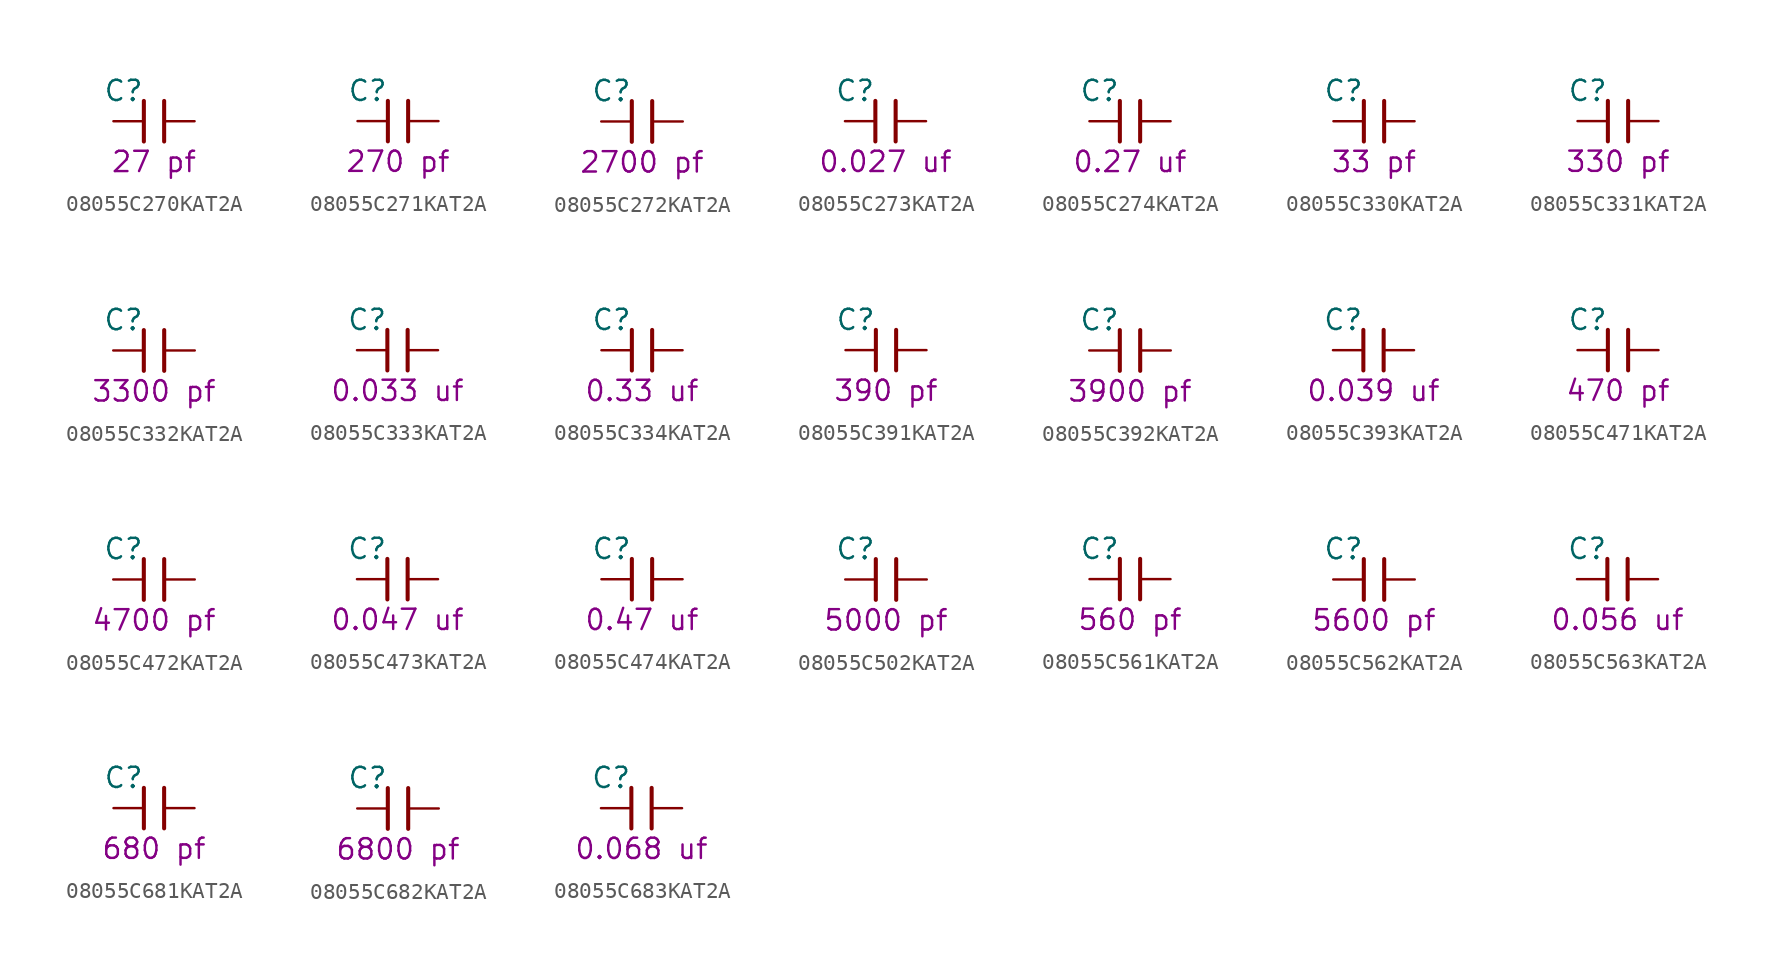
<source format=kicad_sym>
(kicad_symbol_lib
  (version 20211014)
  (generator KiCadLib_py)
  (symbol "08055C270KAT2A"
    (pin_numbers hide)
    (pin_names hide)
    (property "Reference" "C"
      (at -1.905 1.905 0)
      (effects (font (size 1.27 1.27))))
    (property "Val" "27 pf"
      (at 0 -2.54 0)
      (effects (font (size 1.27 1.27))))
    (symbol "08055C270KAT2A_0_1"
      (polyline (pts (xy -0.635 -1.27) (xy -0.635 1.27)) (stroke (width 0.254) (type default) (color 0 0 0 0)) (fill (type none)))
      (polyline (pts (xy 0.635 1.27) (xy 0.635 -1.27)) (stroke (width 0.254) (type default) (color 0 0 0 0)) (fill (type none))))
    (symbol "08055C270KAT2A_1_1"
      (pin passive line (at -2.54 0 0) (length 1.905) (name "~" (effects (font (size 1.27 1.27)))) (number "1" (effects (font (size 1.27 1.27)))))
      (pin passive line (at 2.54 0 180) (length 1.905) (name "~" (effects (font (size 1.27 1.27)))) (number "2" (effects (font (size 1.27 1.27)))))))
  (symbol "08055C271KAT2A"
    (pin_numbers hide)
    (pin_names hide)
    (property "Reference" "C"
      (at -1.905 1.905 0)
      (effects (font (size 1.27 1.27))))
    (property "Val" "270 pf"
      (at 0 -2.54 0)
      (effects (font (size 1.27 1.27))))
    (symbol "08055C271KAT2A_0_1"
      (polyline (pts (xy -0.635 -1.27) (xy -0.635 1.27)) (stroke (width 0.254) (type default) (color 0 0 0 0)) (fill (type none)))
      (polyline (pts (xy 0.635 1.27) (xy 0.635 -1.27)) (stroke (width 0.254) (type default) (color 0 0 0 0)) (fill (type none))))
    (symbol "08055C271KAT2A_1_1"
      (pin passive line (at -2.54 0 0) (length 1.905) (name "~" (effects (font (size 1.27 1.27)))) (number "1" (effects (font (size 1.27 1.27)))))
      (pin passive line (at 2.54 0 180) (length 1.905) (name "~" (effects (font (size 1.27 1.27)))) (number "2" (effects (font (size 1.27 1.27)))))))
  (symbol "08055C272KAT2A"
    (pin_numbers hide)
    (pin_names hide)
    (property "Reference" "C"
      (at -1.905 1.905 0)
      (effects (font (size 1.27 1.27))))
    (property "Val" "2700 pf"
      (at 0 -2.54 0)
      (effects (font (size 1.27 1.27))))
    (symbol "08055C272KAT2A_0_1"
      (polyline (pts (xy -0.635 -1.27) (xy -0.635 1.27)) (stroke (width 0.254) (type default) (color 0 0 0 0)) (fill (type none)))
      (polyline (pts (xy 0.635 1.27) (xy 0.635 -1.27)) (stroke (width 0.254) (type default) (color 0 0 0 0)) (fill (type none))))
    (symbol "08055C272KAT2A_1_1"
      (pin passive line (at -2.54 0 0) (length 1.905) (name "~" (effects (font (size 1.27 1.27)))) (number "1" (effects (font (size 1.27 1.27)))))
      (pin passive line (at 2.54 0 180) (length 1.905) (name "~" (effects (font (size 1.27 1.27)))) (number "2" (effects (font (size 1.27 1.27)))))))
  (symbol "08055C273KAT2A"
    (pin_numbers hide)
    (pin_names hide)
    (property "Reference" "C"
      (at -1.905 1.905 0)
      (effects (font (size 1.27 1.27))))
    (property "Val" "0.027 uf"
      (at 0 -2.54 0)
      (effects (font (size 1.27 1.27))))
    (symbol "08055C273KAT2A_0_1"
      (polyline (pts (xy -0.635 -1.27) (xy -0.635 1.27)) (stroke (width 0.254) (type default) (color 0 0 0 0)) (fill (type none)))
      (polyline (pts (xy 0.635 1.27) (xy 0.635 -1.27)) (stroke (width 0.254) (type default) (color 0 0 0 0)) (fill (type none))))
    (symbol "08055C273KAT2A_1_1"
      (pin passive line (at -2.54 0 0) (length 1.905) (name "~" (effects (font (size 1.27 1.27)))) (number "1" (effects (font (size 1.27 1.27)))))
      (pin passive line (at 2.54 0 180) (length 1.905) (name "~" (effects (font (size 1.27 1.27)))) (number "2" (effects (font (size 1.27 1.27)))))))
  (symbol "08055C274KAT2A"
    (pin_numbers hide)
    (pin_names hide)
    (property "Reference" "C"
      (at -1.905 1.905 0)
      (effects (font (size 1.27 1.27))))
    (property "Val" "0.27 uf"
      (at 0 -2.54 0)
      (effects (font (size 1.27 1.27))))
    (symbol "08055C274KAT2A_0_1"
      (polyline (pts (xy -0.635 -1.27) (xy -0.635 1.27)) (stroke (width 0.254) (type default) (color 0 0 0 0)) (fill (type none)))
      (polyline (pts (xy 0.635 1.27) (xy 0.635 -1.27)) (stroke (width 0.254) (type default) (color 0 0 0 0)) (fill (type none))))
    (symbol "08055C274KAT2A_1_1"
      (pin passive line (at -2.54 0 0) (length 1.905) (name "~" (effects (font (size 1.27 1.27)))) (number "1" (effects (font (size 1.27 1.27)))))
      (pin passive line (at 2.54 0 180) (length 1.905) (name "~" (effects (font (size 1.27 1.27)))) (number "2" (effects (font (size 1.27 1.27)))))))
  (symbol "08055C330KAT2A"
    (pin_numbers hide)
    (pin_names hide)
    (property "Reference" "C"
      (at -1.905 1.905 0)
      (effects (font (size 1.27 1.27))))
    (property "Val" "33 pf"
      (at 0 -2.54 0)
      (effects (font (size 1.27 1.27))))
    (symbol "08055C330KAT2A_0_1"
      (polyline (pts (xy -0.635 -1.27) (xy -0.635 1.27)) (stroke (width 0.254) (type default) (color 0 0 0 0)) (fill (type none)))
      (polyline (pts (xy 0.635 1.27) (xy 0.635 -1.27)) (stroke (width 0.254) (type default) (color 0 0 0 0)) (fill (type none))))
    (symbol "08055C330KAT2A_1_1"
      (pin passive line (at -2.54 0 0) (length 1.905) (name "~" (effects (font (size 1.27 1.27)))) (number "1" (effects (font (size 1.27 1.27)))))
      (pin passive line (at 2.54 0 180) (length 1.905) (name "~" (effects (font (size 1.27 1.27)))) (number "2" (effects (font (size 1.27 1.27)))))))
  (symbol "08055C331KAT2A"
    (pin_numbers hide)
    (pin_names hide)
    (property "Reference" "C"
      (at -1.905 1.905 0)
      (effects (font (size 1.27 1.27))))
    (property "Val" "330 pf"
      (at 0 -2.54 0)
      (effects (font (size 1.27 1.27))))
    (symbol "08055C331KAT2A_0_1"
      (polyline (pts (xy -0.635 -1.27) (xy -0.635 1.27)) (stroke (width 0.254) (type default) (color 0 0 0 0)) (fill (type none)))
      (polyline (pts (xy 0.635 1.27) (xy 0.635 -1.27)) (stroke (width 0.254) (type default) (color 0 0 0 0)) (fill (type none))))
    (symbol "08055C331KAT2A_1_1"
      (pin passive line (at -2.54 0 0) (length 1.905) (name "~" (effects (font (size 1.27 1.27)))) (number "1" (effects (font (size 1.27 1.27)))))
      (pin passive line (at 2.54 0 180) (length 1.905) (name "~" (effects (font (size 1.27 1.27)))) (number "2" (effects (font (size 1.27 1.27)))))))
  (symbol "08055C332KAT2A"
    (pin_numbers hide)
    (pin_names hide)
    (property "Reference" "C"
      (at -1.905 1.905 0)
      (effects (font (size 1.27 1.27))))
    (property "Val" "3300 pf"
      (at 0 -2.54 0)
      (effects (font (size 1.27 1.27))))
    (symbol "08055C332KAT2A_0_1"
      (polyline (pts (xy -0.635 -1.27) (xy -0.635 1.27)) (stroke (width 0.254) (type default) (color 0 0 0 0)) (fill (type none)))
      (polyline (pts (xy 0.635 1.27) (xy 0.635 -1.27)) (stroke (width 0.254) (type default) (color 0 0 0 0)) (fill (type none))))
    (symbol "08055C332KAT2A_1_1"
      (pin passive line (at -2.54 0 0) (length 1.905) (name "~" (effects (font (size 1.27 1.27)))) (number "1" (effects (font (size 1.27 1.27)))))
      (pin passive line (at 2.54 0 180) (length 1.905) (name "~" (effects (font (size 1.27 1.27)))) (number "2" (effects (font (size 1.27 1.27)))))))
  (symbol "08055C333KAT2A"
    (pin_numbers hide)
    (pin_names hide)
    (property "Reference" "C"
      (at -1.905 1.905 0)
      (effects (font (size 1.27 1.27))))
    (property "Val" "0.033 uf"
      (at 0 -2.54 0)
      (effects (font (size 1.27 1.27))))
    (symbol "08055C333KAT2A_0_1"
      (polyline (pts (xy -0.635 -1.27) (xy -0.635 1.27)) (stroke (width 0.254) (type default) (color 0 0 0 0)) (fill (type none)))
      (polyline (pts (xy 0.635 1.27) (xy 0.635 -1.27)) (stroke (width 0.254) (type default) (color 0 0 0 0)) (fill (type none))))
    (symbol "08055C333KAT2A_1_1"
      (pin passive line (at -2.54 0 0) (length 1.905) (name "~" (effects (font (size 1.27 1.27)))) (number "1" (effects (font (size 1.27 1.27)))))
      (pin passive line (at 2.54 0 180) (length 1.905) (name "~" (effects (font (size 1.27 1.27)))) (number "2" (effects (font (size 1.27 1.27)))))))
  (symbol "08055C334KAT2A"
    (pin_numbers hide)
    (pin_names hide)
    (property "Reference" "C"
      (at -1.905 1.905 0)
      (effects (font (size 1.27 1.27))))
    (property "Val" "0.33 uf"
      (at 0 -2.54 0)
      (effects (font (size 1.27 1.27))))
    (symbol "08055C334KAT2A_0_1"
      (polyline (pts (xy -0.635 -1.27) (xy -0.635 1.27)) (stroke (width 0.254) (type default) (color 0 0 0 0)) (fill (type none)))
      (polyline (pts (xy 0.635 1.27) (xy 0.635 -1.27)) (stroke (width 0.254) (type default) (color 0 0 0 0)) (fill (type none))))
    (symbol "08055C334KAT2A_1_1"
      (pin passive line (at -2.54 0 0) (length 1.905) (name "~" (effects (font (size 1.27 1.27)))) (number "1" (effects (font (size 1.27 1.27)))))
      (pin passive line (at 2.54 0 180) (length 1.905) (name "~" (effects (font (size 1.27 1.27)))) (number "2" (effects (font (size 1.27 1.27)))))))
  (symbol "08055C391KAT2A"
    (pin_numbers hide)
    (pin_names hide)
    (property "Reference" "C"
      (at -1.905 1.905 0)
      (effects (font (size 1.27 1.27))))
    (property "Val" "390 pf"
      (at 0 -2.54 0)
      (effects (font (size 1.27 1.27))))
    (symbol "08055C391KAT2A_0_1"
      (polyline (pts (xy -0.635 -1.27) (xy -0.635 1.27)) (stroke (width 0.254) (type default) (color 0 0 0 0)) (fill (type none)))
      (polyline (pts (xy 0.635 1.27) (xy 0.635 -1.27)) (stroke (width 0.254) (type default) (color 0 0 0 0)) (fill (type none))))
    (symbol "08055C391KAT2A_1_1"
      (pin passive line (at -2.54 0 0) (length 1.905) (name "~" (effects (font (size 1.27 1.27)))) (number "1" (effects (font (size 1.27 1.27)))))
      (pin passive line (at 2.54 0 180) (length 1.905) (name "~" (effects (font (size 1.27 1.27)))) (number "2" (effects (font (size 1.27 1.27)))))))
  (symbol "08055C392KAT2A"
    (pin_numbers hide)
    (pin_names hide)
    (property "Reference" "C"
      (at -1.905 1.905 0)
      (effects (font (size 1.27 1.27))))
    (property "Val" "3900 pf"
      (at 0 -2.54 0)
      (effects (font (size 1.27 1.27))))
    (symbol "08055C392KAT2A_0_1"
      (polyline (pts (xy -0.635 -1.27) (xy -0.635 1.27)) (stroke (width 0.254) (type default) (color 0 0 0 0)) (fill (type none)))
      (polyline (pts (xy 0.635 1.27) (xy 0.635 -1.27)) (stroke (width 0.254) (type default) (color 0 0 0 0)) (fill (type none))))
    (symbol "08055C392KAT2A_1_1"
      (pin passive line (at -2.54 0 0) (length 1.905) (name "~" (effects (font (size 1.27 1.27)))) (number "1" (effects (font (size 1.27 1.27)))))
      (pin passive line (at 2.54 0 180) (length 1.905) (name "~" (effects (font (size 1.27 1.27)))) (number "2" (effects (font (size 1.27 1.27)))))))
  (symbol "08055C393KAT2A"
    (pin_numbers hide)
    (pin_names hide)
    (property "Reference" "C"
      (at -1.905 1.905 0)
      (effects (font (size 1.27 1.27))))
    (property "Val" "0.039 uf"
      (at 0 -2.54 0)
      (effects (font (size 1.27 1.27))))
    (symbol "08055C393KAT2A_0_1"
      (polyline (pts (xy -0.635 -1.27) (xy -0.635 1.27)) (stroke (width 0.254) (type default) (color 0 0 0 0)) (fill (type none)))
      (polyline (pts (xy 0.635 1.27) (xy 0.635 -1.27)) (stroke (width 0.254) (type default) (color 0 0 0 0)) (fill (type none))))
    (symbol "08055C393KAT2A_1_1"
      (pin passive line (at -2.54 0 0) (length 1.905) (name "~" (effects (font (size 1.27 1.27)))) (number "1" (effects (font (size 1.27 1.27)))))
      (pin passive line (at 2.54 0 180) (length 1.905) (name "~" (effects (font (size 1.27 1.27)))) (number "2" (effects (font (size 1.27 1.27)))))))
  (symbol "08055C471KAT2A"
    (pin_numbers hide)
    (pin_names hide)
    (property "Reference" "C"
      (at -1.905 1.905 0)
      (effects (font (size 1.27 1.27))))
    (property "Val" "470 pf"
      (at 0 -2.54 0)
      (effects (font (size 1.27 1.27))))
    (symbol "08055C471KAT2A_0_1"
      (polyline (pts (xy -0.635 -1.27) (xy -0.635 1.27)) (stroke (width 0.254) (type default) (color 0 0 0 0)) (fill (type none)))
      (polyline (pts (xy 0.635 1.27) (xy 0.635 -1.27)) (stroke (width 0.254) (type default) (color 0 0 0 0)) (fill (type none))))
    (symbol "08055C471KAT2A_1_1"
      (pin passive line (at -2.54 0 0) (length 1.905) (name "~" (effects (font (size 1.27 1.27)))) (number "1" (effects (font (size 1.27 1.27)))))
      (pin passive line (at 2.54 0 180) (length 1.905) (name "~" (effects (font (size 1.27 1.27)))) (number "2" (effects (font (size 1.27 1.27)))))))
  (symbol "08055C472KAT2A"
    (pin_numbers hide)
    (pin_names hide)
    (property "Reference" "C"
      (at -1.905 1.905 0)
      (effects (font (size 1.27 1.27))))
    (property "Val" "4700 pf"
      (at 0 -2.54 0)
      (effects (font (size 1.27 1.27))))
    (symbol "08055C472KAT2A_0_1"
      (polyline (pts (xy -0.635 -1.27) (xy -0.635 1.27)) (stroke (width 0.254) (type default) (color 0 0 0 0)) (fill (type none)))
      (polyline (pts (xy 0.635 1.27) (xy 0.635 -1.27)) (stroke (width 0.254) (type default) (color 0 0 0 0)) (fill (type none))))
    (symbol "08055C472KAT2A_1_1"
      (pin passive line (at -2.54 0 0) (length 1.905) (name "~" (effects (font (size 1.27 1.27)))) (number "1" (effects (font (size 1.27 1.27)))))
      (pin passive line (at 2.54 0 180) (length 1.905) (name "~" (effects (font (size 1.27 1.27)))) (number "2" (effects (font (size 1.27 1.27)))))))
  (symbol "08055C473KAT2A"
    (pin_numbers hide)
    (pin_names hide)
    (property "Reference" "C"
      (at -1.905 1.905 0)
      (effects (font (size 1.27 1.27))))
    (property "Val" "0.047 uf"
      (at 0 -2.54 0)
      (effects (font (size 1.27 1.27))))
    (symbol "08055C473KAT2A_0_1"
      (polyline (pts (xy -0.635 -1.27) (xy -0.635 1.27)) (stroke (width 0.254) (type default) (color 0 0 0 0)) (fill (type none)))
      (polyline (pts (xy 0.635 1.27) (xy 0.635 -1.27)) (stroke (width 0.254) (type default) (color 0 0 0 0)) (fill (type none))))
    (symbol "08055C473KAT2A_1_1"
      (pin passive line (at -2.54 0 0) (length 1.905) (name "~" (effects (font (size 1.27 1.27)))) (number "1" (effects (font (size 1.27 1.27)))))
      (pin passive line (at 2.54 0 180) (length 1.905) (name "~" (effects (font (size 1.27 1.27)))) (number "2" (effects (font (size 1.27 1.27)))))))
  (symbol "08055C474KAT2A"
    (pin_numbers hide)
    (pin_names hide)
    (property "Reference" "C"
      (at -1.905 1.905 0)
      (effects (font (size 1.27 1.27))))
    (property "Val" "0.47 uf"
      (at 0 -2.54 0)
      (effects (font (size 1.27 1.27))))
    (symbol "08055C474KAT2A_0_1"
      (polyline (pts (xy -0.635 -1.27) (xy -0.635 1.27)) (stroke (width 0.254) (type default) (color 0 0 0 0)) (fill (type none)))
      (polyline (pts (xy 0.635 1.27) (xy 0.635 -1.27)) (stroke (width 0.254) (type default) (color 0 0 0 0)) (fill (type none))))
    (symbol "08055C474KAT2A_1_1"
      (pin passive line (at -2.54 0 0) (length 1.905) (name "~" (effects (font (size 1.27 1.27)))) (number "1" (effects (font (size 1.27 1.27)))))
      (pin passive line (at 2.54 0 180) (length 1.905) (name "~" (effects (font (size 1.27 1.27)))) (number "2" (effects (font (size 1.27 1.27)))))))
  (symbol "08055C502KAT2A"
    (pin_numbers hide)
    (pin_names hide)
    (property "Reference" "C"
      (at -1.905 1.905 0)
      (effects (font (size 1.27 1.27))))
    (property "Val" "5000 pf"
      (at 0 -2.54 0)
      (effects (font (size 1.27 1.27))))
    (symbol "08055C502KAT2A_0_1"
      (polyline (pts (xy -0.635 -1.27) (xy -0.635 1.27)) (stroke (width 0.254) (type default) (color 0 0 0 0)) (fill (type none)))
      (polyline (pts (xy 0.635 1.27) (xy 0.635 -1.27)) (stroke (width 0.254) (type default) (color 0 0 0 0)) (fill (type none))))
    (symbol "08055C502KAT2A_1_1"
      (pin passive line (at -2.54 0 0) (length 1.905) (name "~" (effects (font (size 1.27 1.27)))) (number "1" (effects (font (size 1.27 1.27)))))
      (pin passive line (at 2.54 0 180) (length 1.905) (name "~" (effects (font (size 1.27 1.27)))) (number "2" (effects (font (size 1.27 1.27)))))))
  (symbol "08055C561KAT2A"
    (pin_numbers hide)
    (pin_names hide)
    (property "Reference" "C"
      (at -1.905 1.905 0)
      (effects (font (size 1.27 1.27))))
    (property "Val" "560 pf"
      (at 0 -2.54 0)
      (effects (font (size 1.27 1.27))))
    (symbol "08055C561KAT2A_0_1"
      (polyline (pts (xy -0.635 -1.27) (xy -0.635 1.27)) (stroke (width 0.254) (type default) (color 0 0 0 0)) (fill (type none)))
      (polyline (pts (xy 0.635 1.27) (xy 0.635 -1.27)) (stroke (width 0.254) (type default) (color 0 0 0 0)) (fill (type none))))
    (symbol "08055C561KAT2A_1_1"
      (pin passive line (at -2.54 0 0) (length 1.905) (name "~" (effects (font (size 1.27 1.27)))) (number "1" (effects (font (size 1.27 1.27)))))
      (pin passive line (at 2.54 0 180) (length 1.905) (name "~" (effects (font (size 1.27 1.27)))) (number "2" (effects (font (size 1.27 1.27)))))))
  (symbol "08055C562KAT2A"
    (pin_numbers hide)
    (pin_names hide)
    (property "Reference" "C"
      (at -1.905 1.905 0)
      (effects (font (size 1.27 1.27))))
    (property "Val" "5600 pf"
      (at 0 -2.54 0)
      (effects (font (size 1.27 1.27))))
    (symbol "08055C562KAT2A_0_1"
      (polyline (pts (xy -0.635 -1.27) (xy -0.635 1.27)) (stroke (width 0.254) (type default) (color 0 0 0 0)) (fill (type none)))
      (polyline (pts (xy 0.635 1.27) (xy 0.635 -1.27)) (stroke (width 0.254) (type default) (color 0 0 0 0)) (fill (type none))))
    (symbol "08055C562KAT2A_1_1"
      (pin passive line (at -2.54 0 0) (length 1.905) (name "~" (effects (font (size 1.27 1.27)))) (number "1" (effects (font (size 1.27 1.27)))))
      (pin passive line (at 2.54 0 180) (length 1.905) (name "~" (effects (font (size 1.27 1.27)))) (number "2" (effects (font (size 1.27 1.27)))))))
  (symbol "08055C563KAT2A"
    (pin_numbers hide)
    (pin_names hide)
    (property "Reference" "C"
      (at -1.905 1.905 0)
      (effects (font (size 1.27 1.27))))
    (property "Val" "0.056 uf"
      (at 0 -2.54 0)
      (effects (font (size 1.27 1.27))))
    (symbol "08055C563KAT2A_0_1"
      (polyline (pts (xy -0.635 -1.27) (xy -0.635 1.27)) (stroke (width 0.254) (type default) (color 0 0 0 0)) (fill (type none)))
      (polyline (pts (xy 0.635 1.27) (xy 0.635 -1.27)) (stroke (width 0.254) (type default) (color 0 0 0 0)) (fill (type none))))
    (symbol "08055C563KAT2A_1_1"
      (pin passive line (at -2.54 0 0) (length 1.905) (name "~" (effects (font (size 1.27 1.27)))) (number "1" (effects (font (size 1.27 1.27)))))
      (pin passive line (at 2.54 0 180) (length 1.905) (name "~" (effects (font (size 1.27 1.27)))) (number "2" (effects (font (size 1.27 1.27)))))))
  (symbol "08055C681KAT2A"
    (pin_numbers hide)
    (pin_names hide)
    (property "Reference" "C"
      (at -1.905 1.905 0)
      (effects (font (size 1.27 1.27))))
    (property "Val" "680 pf"
      (at 0 -2.54 0)
      (effects (font (size 1.27 1.27))))
    (symbol "08055C681KAT2A_0_1"
      (polyline (pts (xy -0.635 -1.27) (xy -0.635 1.27)) (stroke (width 0.254) (type default) (color 0 0 0 0)) (fill (type none)))
      (polyline (pts (xy 0.635 1.27) (xy 0.635 -1.27)) (stroke (width 0.254) (type default) (color 0 0 0 0)) (fill (type none))))
    (symbol "08055C681KAT2A_1_1"
      (pin passive line (at -2.54 0 0) (length 1.905) (name "~" (effects (font (size 1.27 1.27)))) (number "1" (effects (font (size 1.27 1.27)))))
      (pin passive line (at 2.54 0 180) (length 1.905) (name "~" (effects (font (size 1.27 1.27)))) (number "2" (effects (font (size 1.27 1.27)))))))
  (symbol "08055C682KAT2A"
    (pin_numbers hide)
    (pin_names hide)
    (property "Reference" "C"
      (at -1.905 1.905 0)
      (effects (font (size 1.27 1.27))))
    (property "Val" "6800 pf"
      (at 0 -2.54 0)
      (effects (font (size 1.27 1.27))))
    (symbol "08055C682KAT2A_0_1"
      (polyline (pts (xy -0.635 -1.27) (xy -0.635 1.27)) (stroke (width 0.254) (type default) (color 0 0 0 0)) (fill (type none)))
      (polyline (pts (xy 0.635 1.27) (xy 0.635 -1.27)) (stroke (width 0.254) (type default) (color 0 0 0 0)) (fill (type none))))
    (symbol "08055C682KAT2A_1_1"
      (pin passive line (at -2.54 0 0) (length 1.905) (name "~" (effects (font (size 1.27 1.27)))) (number "1" (effects (font (size 1.27 1.27)))))
      (pin passive line (at 2.54 0 180) (length 1.905) (name "~" (effects (font (size 1.27 1.27)))) (number "2" (effects (font (size 1.27 1.27)))))))
  (symbol "08055C683KAT2A"
    (pin_numbers hide)
    (pin_names hide)
    (property "Reference" "C"
      (at -1.905 1.905 0)
      (effects (font (size 1.27 1.27))))
    (property "Val" "0.068 uf"
      (at 0 -2.54 0)
      (effects (font (size 1.27 1.27))))
    (symbol "08055C683KAT2A_0_1"
      (polyline (pts (xy -0.635 -1.27) (xy -0.635 1.27)) (stroke (width 0.254) (type default) (color 0 0 0 0)) (fill (type none)))
      (polyline (pts (xy 0.635 1.27) (xy 0.635 -1.27)) (stroke (width 0.254) (type default) (color 0 0 0 0)) (fill (type none))))
    (symbol "08055C683KAT2A_1_1"
      (pin passive line (at -2.54 0 0) (length 1.905) (name "~" (effects (font (size 1.27 1.27)))) (number "1" (effects (font (size 1.27 1.27)))))
      (pin passive line (at 2.54 0 180) (length 1.905) (name "~" (effects (font (size 1.27 1.27)))) (number "2" (effects (font (size 1.27 1.27))))))))
</source>
